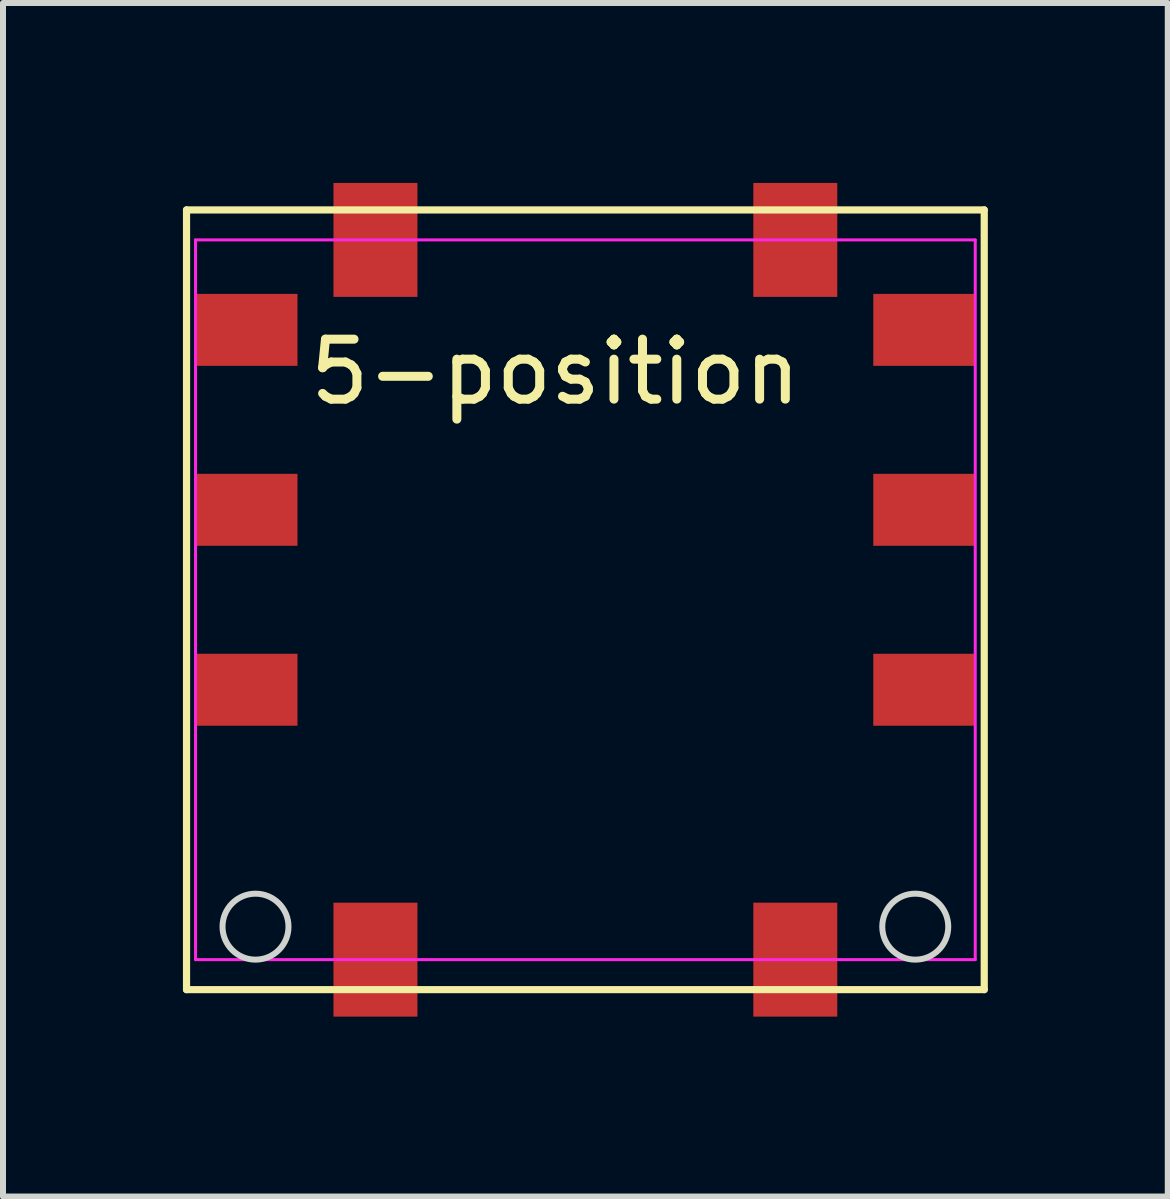
<source format=kicad_pcb>
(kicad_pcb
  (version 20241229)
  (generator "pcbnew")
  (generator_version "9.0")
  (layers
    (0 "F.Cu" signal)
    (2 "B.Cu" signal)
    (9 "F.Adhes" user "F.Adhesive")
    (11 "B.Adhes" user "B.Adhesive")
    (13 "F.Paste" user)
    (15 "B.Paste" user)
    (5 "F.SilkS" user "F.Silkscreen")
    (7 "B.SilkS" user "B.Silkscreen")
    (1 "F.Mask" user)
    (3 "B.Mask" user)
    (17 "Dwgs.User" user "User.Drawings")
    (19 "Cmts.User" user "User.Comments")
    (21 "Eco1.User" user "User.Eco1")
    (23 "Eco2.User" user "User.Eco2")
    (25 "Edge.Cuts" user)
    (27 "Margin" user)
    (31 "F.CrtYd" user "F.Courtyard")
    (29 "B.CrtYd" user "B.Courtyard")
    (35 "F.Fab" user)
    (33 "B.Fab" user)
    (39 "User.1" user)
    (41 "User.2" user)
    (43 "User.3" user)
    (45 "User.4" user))
  (footprint "5-position"
    (layer "F.Cu")
    (at 6.71 6.95)
    (property "Reference" "5-position" (at -0.5 -3.8 0) (unlocked yes) (layer "F.SilkS") (effects (font (size 1 1) (thickness 0.15))))
    (attr smd)
    (fp_line (start -6.65 -6.5) (end 6.65 -6.5) (stroke (width 0.12) (type default)) (layer "F.SilkS"))
    (fp_line (start -6.65 6.5) (end -6.65 -6.5) (stroke (width 0.12) (type default)) (layer "F.SilkS"))
    (fp_line (start 6.65 -6.5) (end 6.65 6.5) (stroke (width 0.12) (type default)) (layer "F.SilkS"))
    (fp_line (start 6.65 6.5) (end -6.65 6.5) (stroke (width 0.12) (type default)) (layer "F.SilkS"))
    (fp_circle (center -5.5 5.45) (end -4.95 5.45) (stroke (width 0.1) (type default)) (fill no) (layer "Edge.Cuts"))
    (fp_circle (center 5.5 5.45) (end 6.05 5.45) (stroke (width 0.1) (type default)) (fill no) (layer "Edge.Cuts"))
    (fp_line (start -6.5 -6) (end 6.5 -6) (stroke (width 0.05) (type default)) (layer "F.CrtYd"))
    (fp_line (start -6.5 6) (end -6.5 -6) (stroke (width 0.05) (type default)) (layer "F.CrtYd"))
    (fp_line (start 6.5 -6) (end 6.5 6) (stroke (width 0.05) (type default)) (layer "F.CrtYd"))
    (fp_line (start 6.5 6) (end -6.5 6) (stroke (width 0.05) (type default)) (layer "F.CrtYd"))
    (pad "1" smd rect (at -5.65 -4.5 270) (size 1.2 1.7) (layers "F.Cu" "F.Mask" "F.Paste"))
    (pad "2" smd rect (at -5.65 -1.5 270) (size 1.2 1.7) (layers "F.Cu" "F.Mask" "F.Paste"))
    (pad "3" smd rect (at -5.65 1.5 270) (size 1.2 1.7) (layers "F.Cu" "F.Mask" "F.Paste"))
    (pad "4" smd rect (at 5.65 -4.5 270) (size 1.2 1.7) (layers "F.Cu" "F.Mask" "F.Paste"))
    (pad "5" smd rect (at 5.65 -1.5 270) (size 1.2 1.7) (layers "F.Cu" "F.Mask" "F.Paste"))
    (pad "6" smd rect (at 5.65 1.5 270) (size 1.2 1.7) (layers "F.Cu" "F.Mask" "F.Paste"))
    (pad "7" smd rect (at -3.5 -6) (size 1.4 1.9) (layers "F.Cu" "F.Mask" "F.Paste"))
    (pad "8" smd rect (at 3.5 -6) (size 1.4 1.9) (layers "F.Cu" "F.Mask" "F.Paste"))
    (pad "9" smd rect (at -3.5 6) (size 1.4 1.9) (layers "F.Cu" "F.Mask" "F.Paste"))
    (pad "10" smd rect (at 3.5 6) (size 1.4 1.9) (layers "F.Cu" "F.Mask" "F.Paste")))
  (gr_rect
    (start -3 -3)
    (end 16.42 16.9)
    (stroke (width 0.1) (type default))
    (fill no)
    (layer "Edge.Cuts")))
</source>
